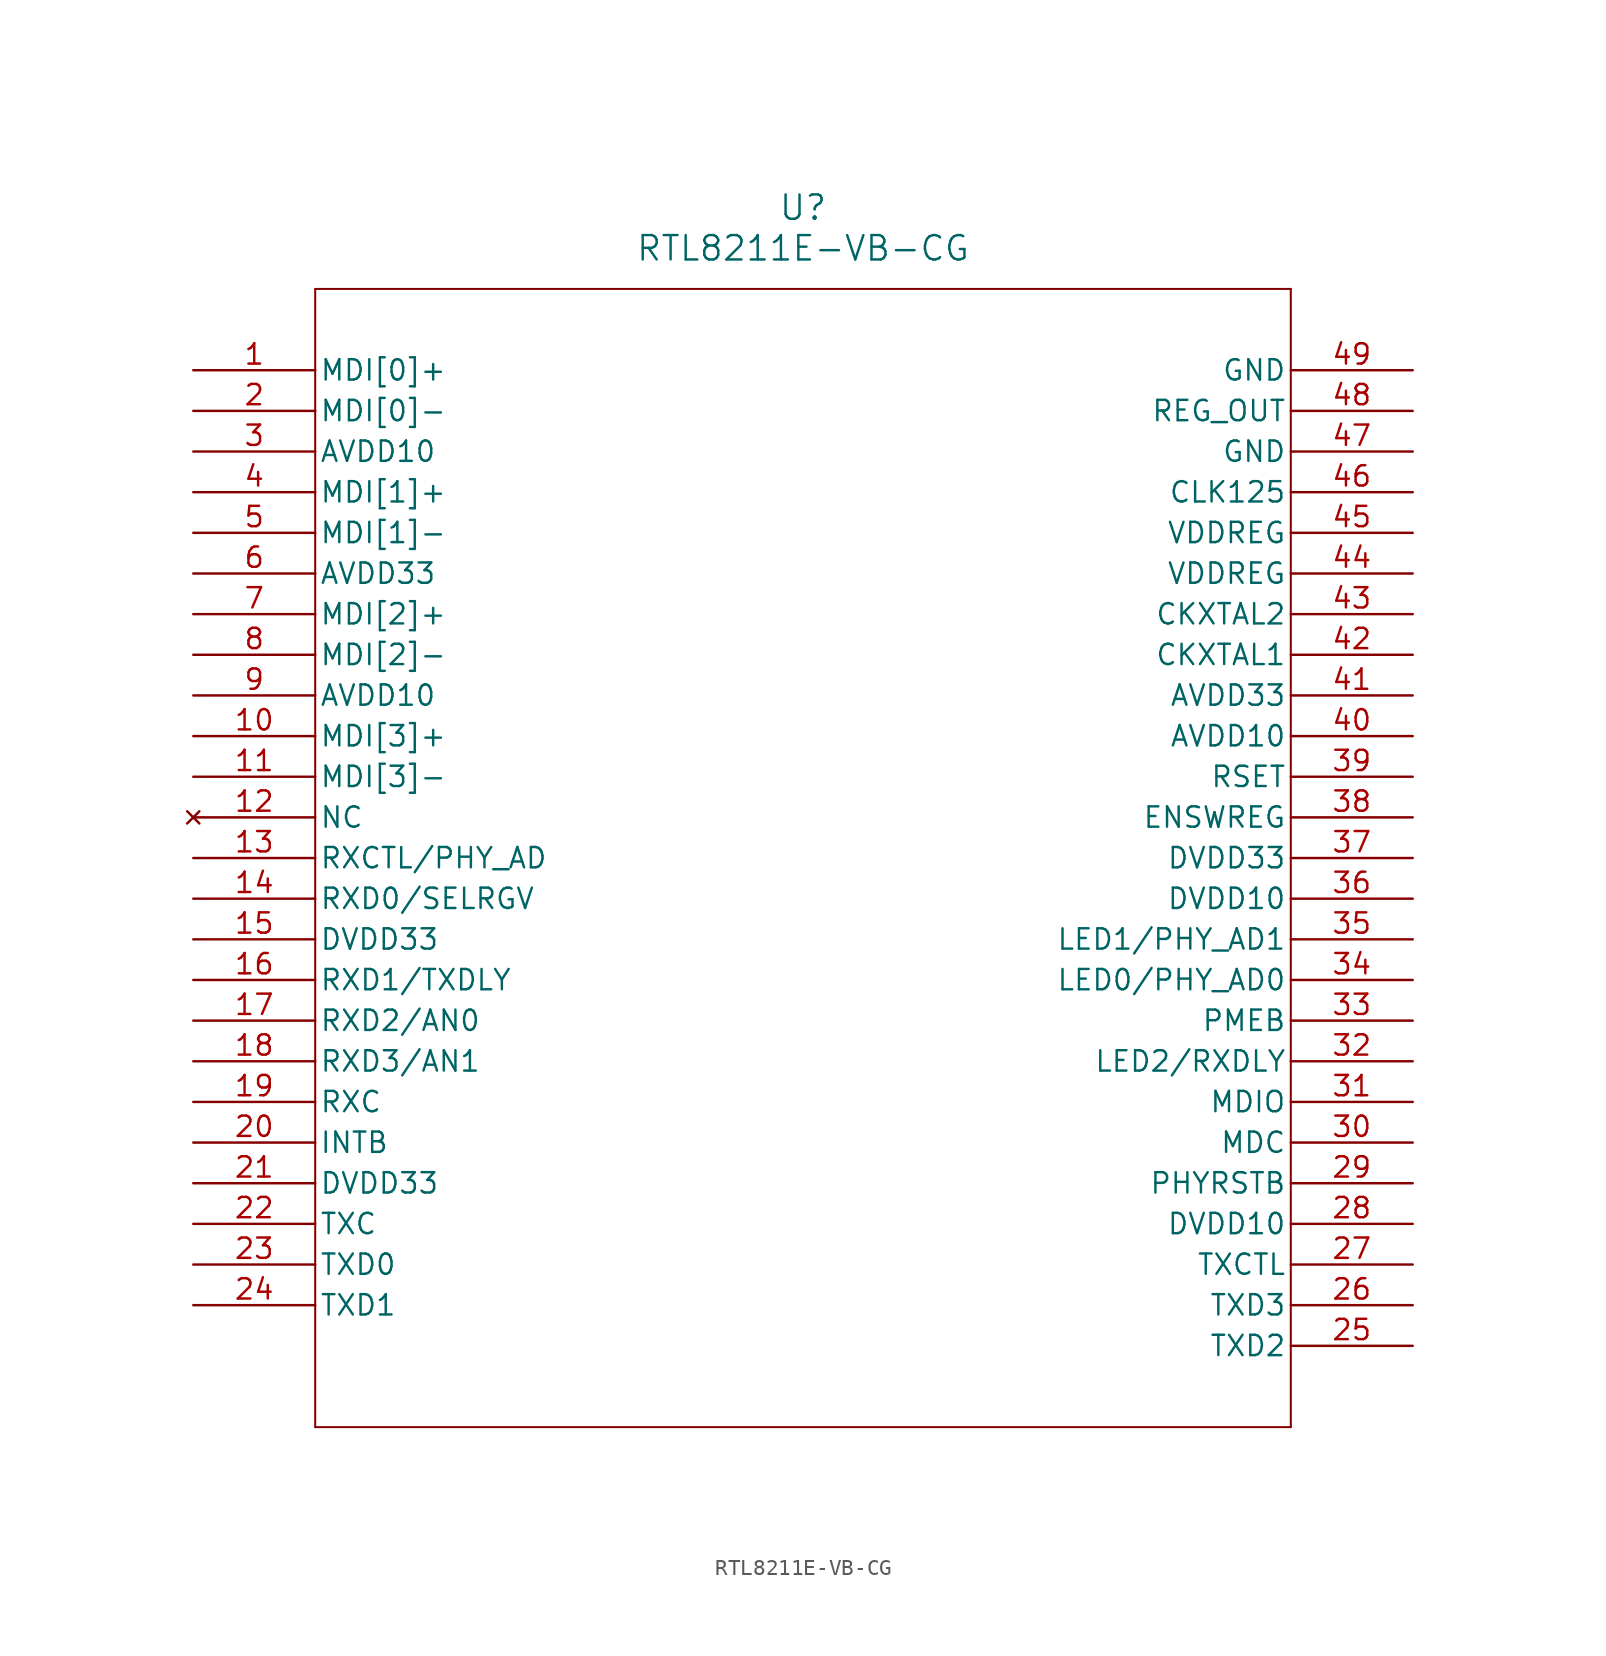
<source format=kicad_sym>
(kicad_symbol_lib
  (version 20211014)
  (generator kicad_symbol_editor)
  (symbol "RTL8211E-VB-CG"
    (pin_names
      (offset 0.254))
    (property "Reference" "U"
      (at 38.1 10.16 0)
      (effects (font (size 1.524 1.524))))
    (property "Value" "RTL8211E-VB-CG"
      (at 38.1 7.62 0)
      (effects (font (size 1.524 1.524))))
    (symbol "RTL8211E-VB-CG_0_1"
      (polyline (pts (xy 7.62 5.08) (xy 7.62 -66.04)) (stroke (width 0.127) (type default) (color 0 0 0 0)) (fill (type none)))
      (polyline (pts (xy 7.62 -66.04) (xy 68.58 -66.04)) (stroke (width 0.127) (type default) (color 0 0 0 0)) (fill (type none)))
      (polyline (pts (xy 68.58 -66.04) (xy 68.58 5.08)) (stroke (width 0.127) (type default) (color 0 0 0 0)) (fill (type none)))
      (polyline (pts (xy 68.58 5.08) (xy 7.62 5.08)) (stroke (width 0.127) (type default) (color 0 0 0 0)) (fill (type none)))
      (pin bidirectional line (at 0 0 0) (length 7.62) (name "MDI[0]+" (effects (font (size 1.27 1.27)))) (number "1" (effects (font (size 1.27 1.27)))))
      (pin bidirectional line (at 0 -2.54 0) (length 7.62) (name "MDI[0]-" (effects (font (size 1.27 1.27)))) (number "2" (effects (font (size 1.27 1.27)))))
      (pin power_in line (at 0 -5.08 0) (length 7.62) (name "AVDD10" (effects (font (size 1.27 1.27)))) (number "3" (effects (font (size 1.27 1.27)))))
      (pin bidirectional line (at 0 -7.62 0) (length 7.62) (name "MDI[1]+" (effects (font (size 1.27 1.27)))) (number "4" (effects (font (size 1.27 1.27)))))
      (pin bidirectional line (at 0 -10.16 0) (length 7.62) (name "MDI[1]-" (effects (font (size 1.27 1.27)))) (number "5" (effects (font (size 1.27 1.27)))))
      (pin power_in line (at 0 -12.7 0) (length 7.62) (name "AVDD33" (effects (font (size 1.27 1.27)))) (number "6" (effects (font (size 1.27 1.27)))))
      (pin bidirectional line (at 0 -15.24 0) (length 7.62) (name "MDI[2]+" (effects (font (size 1.27 1.27)))) (number "7" (effects (font (size 1.27 1.27)))))
      (pin bidirectional line (at 0 -17.78 0) (length 7.62) (name "MDI[2]-" (effects (font (size 1.27 1.27)))) (number "8" (effects (font (size 1.27 1.27)))))
      (pin power_in line (at 0 -20.32 0) (length 7.62) (name "AVDD10" (effects (font (size 1.27 1.27)))) (number "9" (effects (font (size 1.27 1.27)))))
      (pin bidirectional line (at 0 -22.86 0) (length 7.62) (name "MDI[3]+" (effects (font (size 1.27 1.27)))) (number "10" (effects (font (size 1.27 1.27)))))
      (pin bidirectional line (at 0 -25.4 0) (length 7.62) (name "MDI[3]-" (effects (font (size 1.27 1.27)))) (number "11" (effects (font (size 1.27 1.27)))))
      (pin no_connect line (at 0 -27.94 0) (length 7.62) (name "NC" (effects (font (size 1.27 1.27)))) (number "12" (effects (font (size 1.27 1.27)))))
      (pin output line (at 0 -30.48 0) (length 7.62) (name "RXCTL/PHY_AD" (effects (font (size 1.27 1.27)))) (number "13" (effects (font (size 1.27 1.27)))))
      (pin output line (at 0 -33.02 0) (length 7.62) (name "RXD0/SELRGV" (effects (font (size 1.27 1.27)))) (number "14" (effects (font (size 1.27 1.27)))))
      (pin power_in line (at 0 -35.56 0) (length 7.62) (name "DVDD33" (effects (font (size 1.27 1.27)))) (number "15" (effects (font (size 1.27 1.27)))))
      (pin output line (at 0 -38.1 0) (length 7.62) (name "RXD1/TXDLY" (effects (font (size 1.27 1.27)))) (number "16" (effects (font (size 1.27 1.27)))))
      (pin output line (at 0 -40.64 0) (length 7.62) (name "RXD2/AN0" (effects (font (size 1.27 1.27)))) (number "17" (effects (font (size 1.27 1.27)))))
      (pin output line (at 0 -43.18 0) (length 7.62) (name "RXD3/AN1" (effects (font (size 1.27 1.27)))) (number "18" (effects (font (size 1.27 1.27)))))
      (pin output line (at 0 -45.72 0) (length 7.62) (name "RXC" (effects (font (size 1.27 1.27)))) (number "19" (effects (font (size 1.27 1.27)))))
      (pin output line (at 0 -48.26 0) (length 7.62) (name "INTB" (effects (font (size 1.27 1.27)))) (number "20" (effects (font (size 1.27 1.27)))))
      (pin power_in line (at 0 -50.8 0) (length 7.62) (name "DVDD33" (effects (font (size 1.27 1.27)))) (number "21" (effects (font (size 1.27 1.27)))))
      (pin input line (at 0 -53.34 0) (length 7.62) (name "TXC" (effects (font (size 1.27 1.27)))) (number "22" (effects (font (size 1.27 1.27)))))
      (pin input line (at 0 -55.88 0) (length 7.62) (name "TXD0" (effects (font (size 1.27 1.27)))) (number "23" (effects (font (size 1.27 1.27)))))
      (pin input line (at 0 -58.42 0) (length 7.62) (name "TXD1" (effects (font (size 1.27 1.27)))) (number "24" (effects (font (size 1.27 1.27)))))
      (pin input line (at 76.2 -60.96 180) (length 7.62) (name "TXD2" (effects (font (size 1.27 1.27)))) (number "25" (effects (font (size 1.27 1.27)))))
      (pin input line (at 76.2 -58.42 180) (length 7.62) (name "TXD3" (effects (font (size 1.27 1.27)))) (number "26" (effects (font (size 1.27 1.27)))))
      (pin input line (at 76.2 -55.88 180) (length 7.62) (name "TXCTL" (effects (font (size 1.27 1.27)))) (number "27" (effects (font (size 1.27 1.27)))))
      (pin power_in line (at 76.2 -53.34 180) (length 7.62) (name "DVDD10" (effects (font (size 1.27 1.27)))) (number "28" (effects (font (size 1.27 1.27)))))
      (pin input line (at 76.2 -50.8 180) (length 7.62) (name "PHYRSTB" (effects (font (size 1.27 1.27)))) (number "29" (effects (font (size 1.27 1.27)))))
      (pin input line (at 76.2 -48.26 180) (length 7.62) (name "MDC" (effects (font (size 1.27 1.27)))) (number "30" (effects (font (size 1.27 1.27)))))
      (pin bidirectional line (at 76.2 -45.72 180) (length 7.62) (name "MDIO" (effects (font (size 1.27 1.27)))) (number "31" (effects (font (size 1.27 1.27)))))
      (pin output line (at 76.2 -43.18 180) (length 7.62) (name "LED2/RXDLY" (effects (font (size 1.27 1.27)))) (number "32" (effects (font (size 1.27 1.27)))))
      (pin output line (at 76.2 -40.64 180) (length 7.62) (name "PMEB" (effects (font (size 1.27 1.27)))) (number "33" (effects (font (size 1.27 1.27)))))
      (pin output line (at 76.2 -38.1 180) (length 7.62) (name "LED0/PHY_AD0" (effects (font (size 1.27 1.27)))) (number "34" (effects (font (size 1.27 1.27)))))
      (pin output line (at 76.2 -35.56 180) (length 7.62) (name "LED1/PHY_AD1" (effects (font (size 1.27 1.27)))) (number "35" (effects (font (size 1.27 1.27)))))
      (pin power_in line (at 76.2 -33.02 180) (length 7.62) (name "DVDD10" (effects (font (size 1.27 1.27)))) (number "36" (effects (font (size 1.27 1.27)))))
      (pin power_in line (at 76.2 -30.48 180) (length 7.62) (name "DVDD33" (effects (font (size 1.27 1.27)))) (number "37" (effects (font (size 1.27 1.27)))))
      (pin input line (at 76.2 -27.94 180) (length 7.62) (name "ENSWREG" (effects (font (size 1.27 1.27)))) (number "38" (effects (font (size 1.27 1.27)))))
      (pin output line (at 76.2 -25.4 180) (length 7.62) (name "RSET" (effects (font (size 1.27 1.27)))) (number "39" (effects (font (size 1.27 1.27)))))
      (pin power_in line (at 76.2 -22.86 180) (length 7.62) (name "AVDD10" (effects (font (size 1.27 1.27)))) (number "40" (effects (font (size 1.27 1.27)))))
      (pin power_in line (at 76.2 -20.32 180) (length 7.62) (name "AVDD33" (effects (font (size 1.27 1.27)))) (number "41" (effects (font (size 1.27 1.27)))))
      (pin input line (at 76.2 -17.78 180) (length 7.62) (name "CKXTAL1" (effects (font (size 1.27 1.27)))) (number "42" (effects (font (size 1.27 1.27)))))
      (pin output line (at 76.2 -15.24 180) (length 7.62) (name "CKXTAL2" (effects (font (size 1.27 1.27)))) (number "43" (effects (font (size 1.27 1.27)))))
      (pin power_in line (at 76.2 -12.7 180) (length 7.62) (name "VDDREG" (effects (font (size 1.27 1.27)))) (number "44" (effects (font (size 1.27 1.27)))))
      (pin power_in line (at 76.2 -10.16 180) (length 7.62) (name "VDDREG" (effects (font (size 1.27 1.27)))) (number "45" (effects (font (size 1.27 1.27)))))
      (pin output line (at 76.2 -7.62 180) (length 7.62) (name "CLK125" (effects (font (size 1.27 1.27)))) (number "46" (effects (font (size 1.27 1.27)))))
      (pin power_out line (at 76.2 -5.08 180) (length 7.62) (name "GND" (effects (font (size 1.27 1.27)))) (number "47" (effects (font (size 1.27 1.27)))))
      (pin output line (at 76.2 -2.54 180) (length 7.62) (name "REG_OUT" (effects (font (size 1.27 1.27)))) (number "48" (effects (font (size 1.27 1.27)))))
      (pin power_out line (at 76.2 0 180) (length 7.62) (name "GND" (effects (font (size 1.27 1.27)))) (number "49" (effects (font (size 1.27 1.27))))))))
</source>
